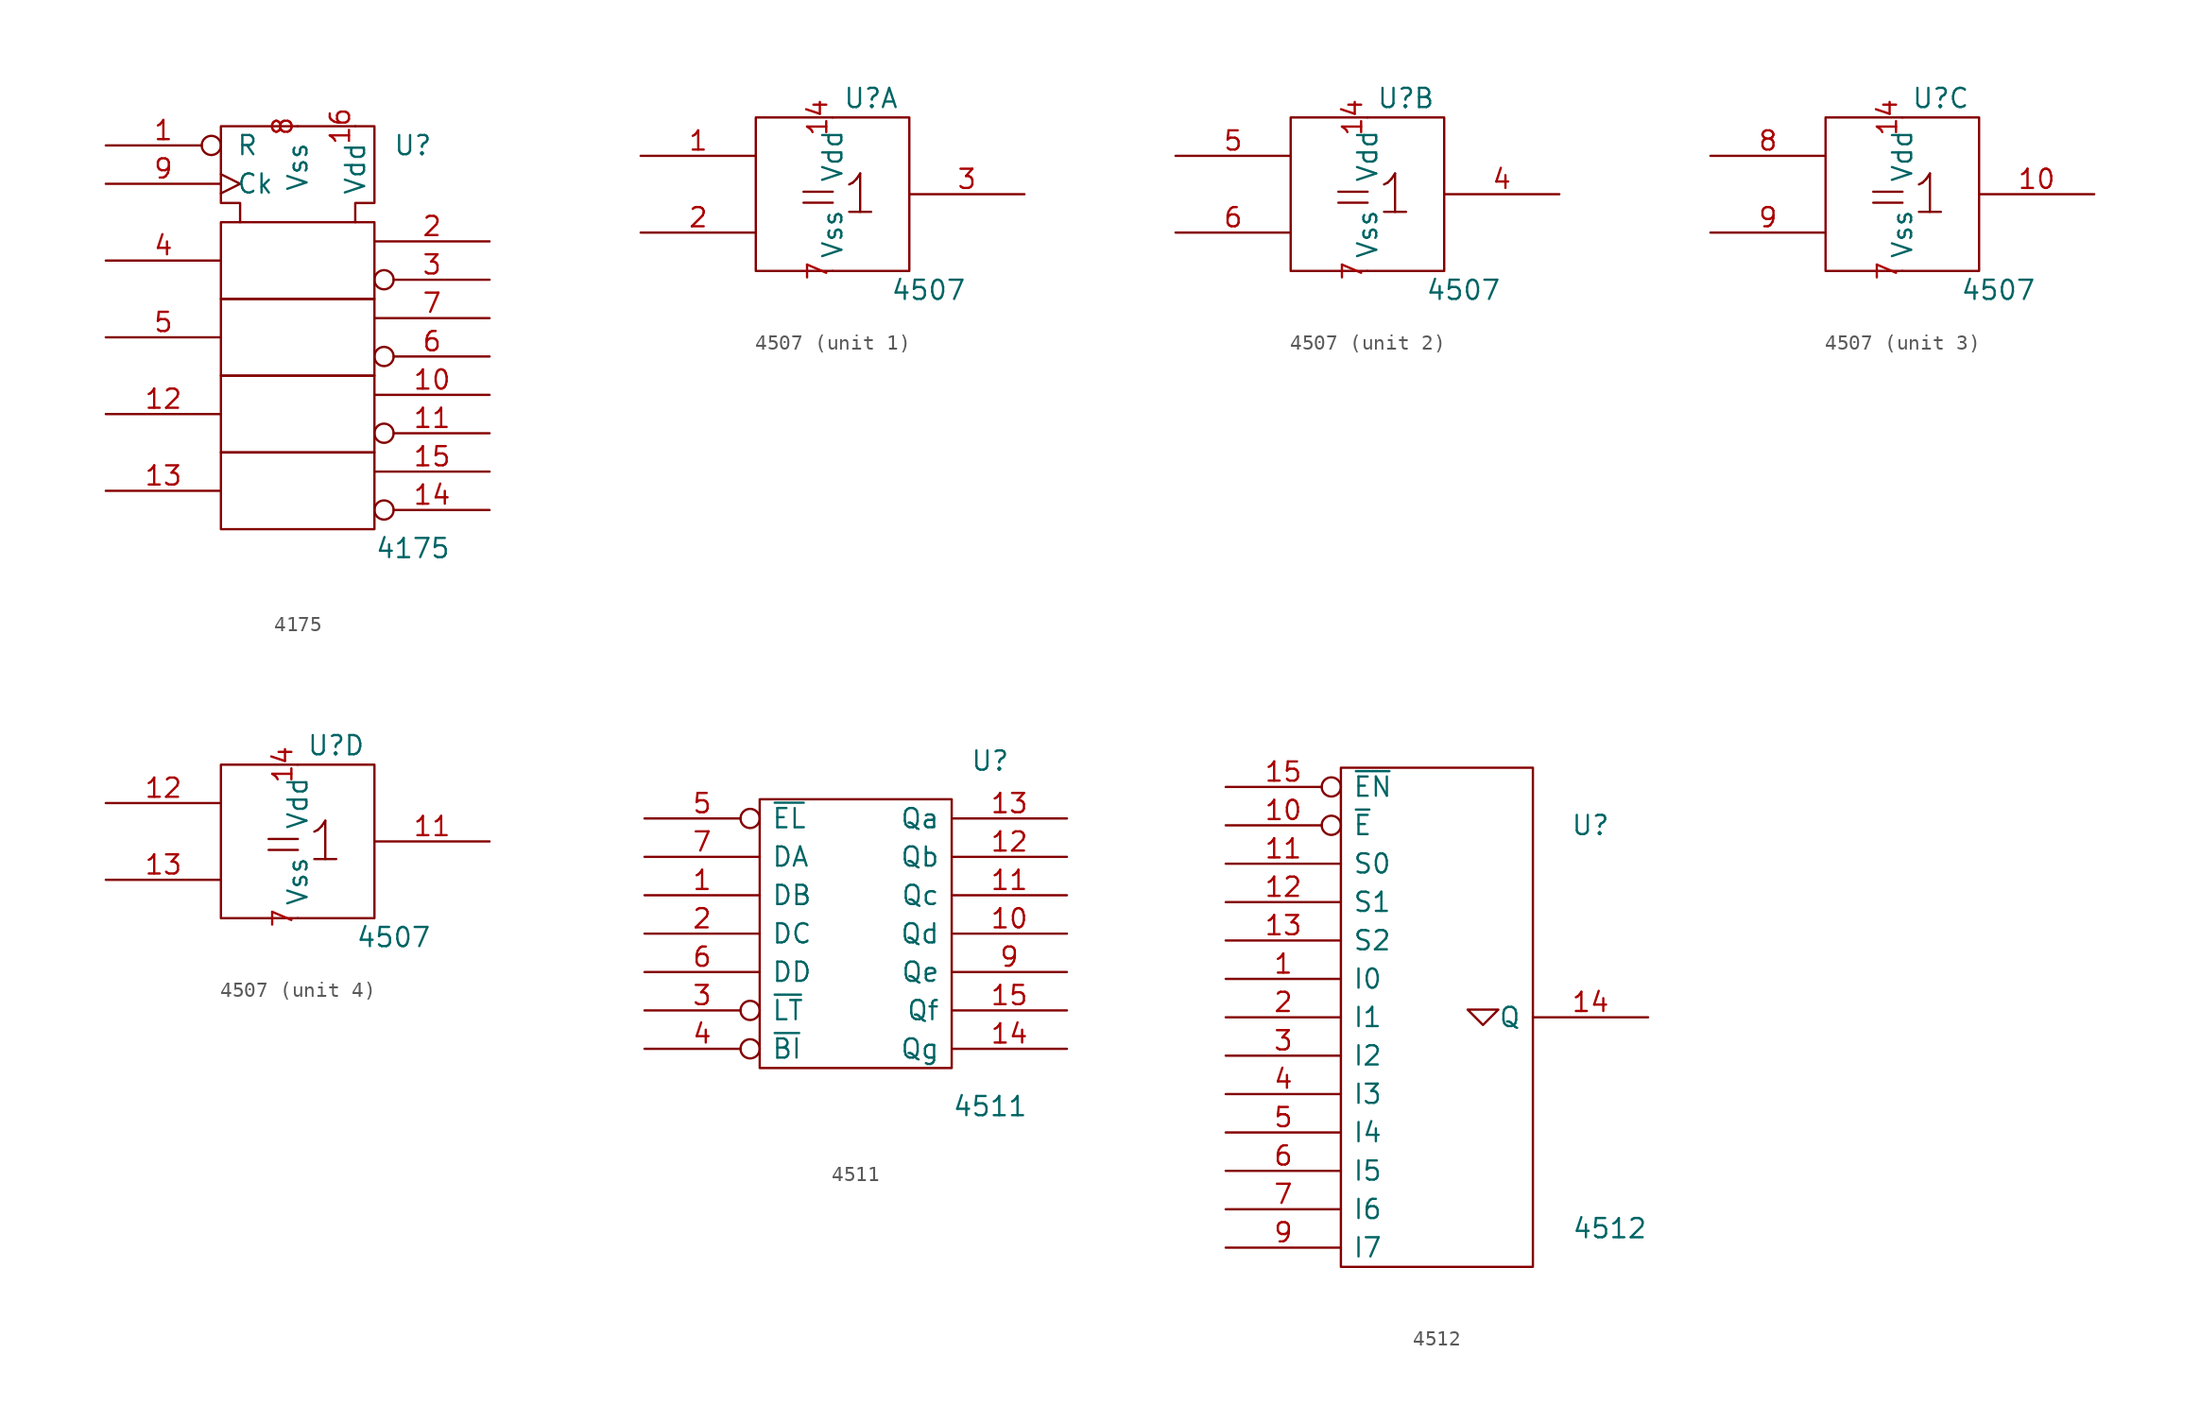
<source format=kicad_sym>
(kicad_symbol_lib
  (version 20201005)
  (generator kicad_symbol_editor)
  (symbol "4175"
    (pin_names
      (offset 1.016))
    (property "Reference" "U"
      (at 7.62 11.43 0)
      (effects (font (size 1.27 1.27))))
    (property "Value" "4175"
      (at 7.62 -15.24 0)
      (effects (font (size 1.27 1.27))))
    (symbol "4175_0_1"
      (rectangle (start -5.08 -8.89) (end 5.08 -13.97) (stroke (width 0)) (fill (type none)))
      (rectangle (start -5.08 1.27) (end 5.08 -3.81) (stroke (width 0)) (fill (type none)))
      (rectangle (start 5.08 -3.81) (end -5.08 -8.89) (stroke (width 0)) (fill (type none)))
      (rectangle (start 5.08 6.35) (end -5.08 1.27) (stroke (width 0)) (fill (type none)))
      (polyline (pts (xy -3.81 6.35) (xy -3.81 7.62) (xy -5.08 7.62) (xy -5.08 12.7) (xy 5.08 12.7) (xy 5.08 7.62) (xy 3.81 7.62) (xy 3.81 6.35) (xy 3.81 6.35)) (stroke (width 0)) (fill (type none))))
    (symbol "4175_1_0"
      (pin input inverted (at -12.7 11.43 0) (length 7.62) (name "R" (effects (font (size 1.27 1.27)))) (number "1" (effects (font (size 1.27 1.27)))))
      (pin output line (at 12.7 -5.08 180) (length 7.62) (name "~" (effects (font (size 1.27 1.27)))) (number "10" (effects (font (size 1.27 1.27)))))
      (pin output inverted (at 12.7 -7.62 180) (length 7.62) (name "~" (effects (font (size 1.27 1.27)))) (number "11" (effects (font (size 1.27 1.27)))))
      (pin input line (at -12.7 -6.35 0) (length 7.62) (name "~" (effects (font (size 1.27 1.27)))) (number "12" (effects (font (size 1.27 1.27)))))
      (pin input line (at -12.7 -11.43 0) (length 7.62) (name "~" (effects (font (size 1.27 1.27)))) (number "13" (effects (font (size 1.27 1.27)))))
      (pin output inverted (at 12.7 -12.7 180) (length 7.62) (name "~" (effects (font (size 1.27 1.27)))) (number "14" (effects (font (size 1.27 1.27)))))
      (pin output line (at 12.7 -10.16 180) (length 7.62) (name "~" (effects (font (size 1.27 1.27)))) (number "15" (effects (font (size 1.27 1.27)))))
      (pin power_in line (at 3.81 12.7 270) (length 0) (name "Vdd" (effects (font (size 1.27 1.27)))) (number "16" (effects (font (size 1.27 1.27)))))
      (pin output line (at 12.7 5.08 180) (length 7.62) (name "~" (effects (font (size 1.27 1.27)))) (number "2" (effects (font (size 1.27 1.27)))))
      (pin output inverted (at 12.7 2.54 180) (length 7.62) (name "~" (effects (font (size 1.27 1.27)))) (number "3" (effects (font (size 1.27 1.27)))))
      (pin input line (at -12.7 3.81 0) (length 7.62) (name "~" (effects (font (size 1.27 1.27)))) (number "4" (effects (font (size 1.27 1.27)))))
      (pin input line (at -12.7 -1.27 0) (length 7.62) (name "~" (effects (font (size 1.27 1.27)))) (number "5" (effects (font (size 1.27 1.27)))))
      (pin output inverted (at 12.7 -2.54 180) (length 7.62) (name "~" (effects (font (size 1.27 1.27)))) (number "6" (effects (font (size 1.27 1.27)))))
      (pin output line (at 12.7 0 180) (length 7.62) (name "~" (effects (font (size 1.27 1.27)))) (number "7" (effects (font (size 1.27 1.27)))))
      (pin power_in line (at 0 12.7 270) (length 0) (name "Vss" (effects (font (size 1.27 1.27)))) (number "8" (effects (font (size 1.27 1.27)))))
      (pin input clock (at -12.7 8.89 0) (length 7.62) (name "Ck" (effects (font (size 1.27 1.27)))) (number "9" (effects (font (size 1.27 1.27)))))))
  (symbol "4507"
    (pin_names
      (offset 0.762))
    (property "Reference" "U"
      (at 2.54 6.35 0)
      (effects (font (size 1.27 1.27))))
    (property "Value" "4507"
      (at 6.35 -6.35 0)
      (effects (font (size 1.27 1.27))))
    (symbol "4507_0_0"
      (text "=1" (at 0.254 0 0) (effects (font (size 2.54 2.54))))
      (rectangle (start -5.08 5.08) (end 5.08 -5.08) (stroke (width 0)) (fill (type none)))
      (pin power_in line (at 0 5.08 270) (length 0) (name "Vdd" (effects (font (size 1.27 1.27)))) (number "14" (effects (font (size 1.27 1.27)))))
      (pin power_in line (at 0 -5.08 90) (length 0) (name "Vss" (effects (font (size 1.27 1.27)))) (number "7" (effects (font (size 1.27 1.27))))))
    (symbol "4507_1_1"
      (pin input line (at -12.7 2.54 0) (length 7.62) (name "~" (effects (font (size 1.27 1.27)))) (number "1" (effects (font (size 1.27 1.27)))))
      (pin input line (at -12.7 -2.54 0) (length 7.62) (name "~" (effects (font (size 1.27 1.27)))) (number "2" (effects (font (size 1.27 1.27)))))
      (pin output line (at 12.7 0 180) (length 7.62) (name "~" (effects (font (size 1.27 1.27)))) (number "3" (effects (font (size 1.27 1.27))))))
    (symbol "4507_2_1"
      (pin output line (at 12.7 0 180) (length 7.62) (name "~" (effects (font (size 1.27 1.27)))) (number "4" (effects (font (size 1.27 1.27)))))
      (pin input line (at -12.7 2.54 0) (length 7.62) (name "~" (effects (font (size 1.27 1.27)))) (number "5" (effects (font (size 1.27 1.27)))))
      (pin input line (at -12.7 -2.54 0) (length 7.62) (name "~" (effects (font (size 1.27 1.27)))) (number "6" (effects (font (size 1.27 1.27))))))
    (symbol "4507_3_1"
      (pin output line (at 12.7 0 180) (length 7.62) (name "~" (effects (font (size 1.27 1.27)))) (number "10" (effects (font (size 1.27 1.27)))))
      (pin input line (at -12.7 2.54 0) (length 7.62) (name "~" (effects (font (size 1.27 1.27)))) (number "8" (effects (font (size 1.27 1.27)))))
      (pin input line (at -12.7 -2.54 0) (length 7.62) (name "~" (effects (font (size 1.27 1.27)))) (number "9" (effects (font (size 1.27 1.27))))))
    (symbol "4507_4_1"
      (pin output line (at 12.7 0 180) (length 7.62) (name "~" (effects (font (size 1.27 1.27)))) (number "11" (effects (font (size 1.27 1.27)))))
      (pin input line (at -12.7 2.54 0) (length 7.62) (name "~" (effects (font (size 1.27 1.27)))) (number "12" (effects (font (size 1.27 1.27)))))
      (pin input line (at -12.7 -2.54 0) (length 7.62) (name "~" (effects (font (size 1.27 1.27)))) (number "13" (effects (font (size 1.27 1.27)))))))
  (symbol "4511"
    (pin_names
      (offset 0.762))
    (property "Reference" "U"
      (at 8.89 11.43 0)
      (effects (font (size 1.27 1.27))))
    (property "Value" "4511"
      (at 8.89 -11.43 0)
      (effects (font (size 1.27 1.27))))
    (symbol "4511_0_1"
      (rectangle (start -6.35 8.89) (end 6.35 -8.89) (stroke (width 0)) (fill (type none))))
    (symbol "4511_1_1"
      (pin input line (at -13.97 2.54 0) (length 7.62) (name "DB" (effects (font (size 1.27 1.27)))) (number "1" (effects (font (size 1.27 1.27)))))
      (pin output line (at 13.97 0 180) (length 7.62) (name "Qd" (effects (font (size 1.27 1.27)))) (number "10" (effects (font (size 1.27 1.27)))))
      (pin output line (at 13.97 2.54 180) (length 7.62) (name "Qc" (effects (font (size 1.27 1.27)))) (number "11" (effects (font (size 1.27 1.27)))))
      (pin output line (at 13.97 5.08 180) (length 7.62) (name "Qb" (effects (font (size 1.27 1.27)))) (number "12" (effects (font (size 1.27 1.27)))))
      (pin output line (at 13.97 7.62 180) (length 7.62) (name "Qa" (effects (font (size 1.27 1.27)))) (number "13" (effects (font (size 1.27 1.27)))))
      (pin output line (at 13.97 -7.62 180) (length 7.62) (name "Qg" (effects (font (size 1.27 1.27)))) (number "14" (effects (font (size 1.27 1.27)))))
      (pin output line (at 13.97 -5.08 180) (length 7.62) (name "Qf" (effects (font (size 1.27 1.27)))) (number "15" (effects (font (size 1.27 1.27)))))
      (pin power_in line (at 0 8.89 270) (length 0) hide (name "Vdd" (effects (font (size 1.27 1.27)))) (number "16" (effects (font (size 1.27 1.27)))))
      (pin input line (at -13.97 0 0) (length 7.62) (name "DC" (effects (font (size 1.27 1.27)))) (number "2" (effects (font (size 1.27 1.27)))))
      (pin input inverted (at -13.97 -5.08 0) (length 7.62) (name "~LT" (effects (font (size 1.27 1.27)))) (number "3" (effects (font (size 1.27 1.27)))))
      (pin input inverted (at -13.97 -7.62 0) (length 7.62) (name "~BI" (effects (font (size 1.27 1.27)))) (number "4" (effects (font (size 1.27 1.27)))))
      (pin input inverted (at -13.97 7.62 0) (length 7.62) (name "~EL" (effects (font (size 1.27 1.27)))) (number "5" (effects (font (size 1.27 1.27)))))
      (pin input line (at -13.97 -2.54 0) (length 7.62) (name "DD" (effects (font (size 1.27 1.27)))) (number "6" (effects (font (size 1.27 1.27)))))
      (pin input line (at -13.97 5.08 0) (length 7.62) (name "DA" (effects (font (size 1.27 1.27)))) (number "7" (effects (font (size 1.27 1.27)))))
      (pin power_in line (at 0 -8.89 90) (length 0) hide (name "Vss" (effects (font (size 1.27 1.27)))) (number "8" (effects (font (size 1.27 1.27)))))
      (pin output line (at 13.97 -2.54 180) (length 7.62) (name "Qe" (effects (font (size 1.27 1.27)))) (number "9" (effects (font (size 1.27 1.27)))))))
  (symbol "4512"
    (pin_names
      (offset 0.762))
    (property "Reference" "U"
      (at 10.16 12.7 0)
      (effects (font (size 1.27 1.27))))
    (property "Value" "4512"
      (at 11.43 -13.97 0)
      (effects (font (size 1.27 1.27))))
    (symbol "4512_0_1"
      (rectangle (start -6.35 16.51) (end 6.35 -16.51) (stroke (width 0)) (fill (type none)))
      (polyline (pts (xy 2.032 0.508) (xy 3.048 -0.508) (xy 4.064 0.508) (xy 2.032 0.508) (xy 2.032 0.508)) (stroke (width 0)) (fill (type none))))
    (symbol "4512_1_1"
      (pin input line (at -13.97 2.54 0) (length 7.62) (name "I0" (effects (font (size 1.27 1.27)))) (number "1" (effects (font (size 1.27 1.27)))))
      (pin input inverted (at -13.97 12.7 0) (length 7.62) (name "~E" (effects (font (size 1.27 1.27)))) (number "10" (effects (font (size 1.27 1.27)))))
      (pin input line (at -13.97 10.16 0) (length 7.62) (name "S0" (effects (font (size 1.27 1.27)))) (number "11" (effects (font (size 1.27 1.27)))))
      (pin input line (at -13.97 7.62 0) (length 7.62) (name "S1" (effects (font (size 1.27 1.27)))) (number "12" (effects (font (size 1.27 1.27)))))
      (pin input line (at -13.97 5.08 0) (length 7.62) (name "S2" (effects (font (size 1.27 1.27)))) (number "13" (effects (font (size 1.27 1.27)))))
      (pin output line (at 13.97 0 180) (length 7.62) (name "Q" (effects (font (size 1.27 1.27)))) (number "14" (effects (font (size 1.27 1.27)))))
      (pin input inverted (at -13.97 15.24 0) (length 7.62) (name "~EN" (effects (font (size 1.27 1.27)))) (number "15" (effects (font (size 1.27 1.27)))))
      (pin power_in line (at 0 16.51 270) (length 0) hide (name "Vdd" (effects (font (size 1.27 1.27)))) (number "16" (effects (font (size 1.27 1.27)))))
      (pin input line (at -13.97 0 0) (length 7.62) (name "I1" (effects (font (size 1.27 1.27)))) (number "2" (effects (font (size 1.27 1.27)))))
      (pin input line (at -13.97 -2.54 0) (length 7.62) (name "I2" (effects (font (size 1.27 1.27)))) (number "3" (effects (font (size 1.27 1.27)))))
      (pin input line (at -13.97 -5.08 0) (length 7.62) (name "I3" (effects (font (size 1.27 1.27)))) (number "4" (effects (font (size 1.27 1.27)))))
      (pin input line (at -13.97 -7.62 0) (length 7.62) (name "I4" (effects (font (size 1.27 1.27)))) (number "5" (effects (font (size 1.27 1.27)))))
      (pin input line (at -13.97 -10.16 0) (length 7.62) (name "I5" (effects (font (size 1.27 1.27)))) (number "6" (effects (font (size 1.27 1.27)))))
      (pin input line (at -13.97 -12.7 0) (length 7.62) (name "I6" (effects (font (size 1.27 1.27)))) (number "7" (effects (font (size 1.27 1.27)))))
      (pin power_in line (at 0 -16.51 90) (length 0) hide (name "Vss" (effects (font (size 1.27 1.27)))) (number "8" (effects (font (size 1.27 1.27)))))
      (pin input line (at -13.97 -15.24 0) (length 7.62) (name "I7" (effects (font (size 1.27 1.27)))) (number "9" (effects (font (size 1.27 1.27))))))))
</source>
